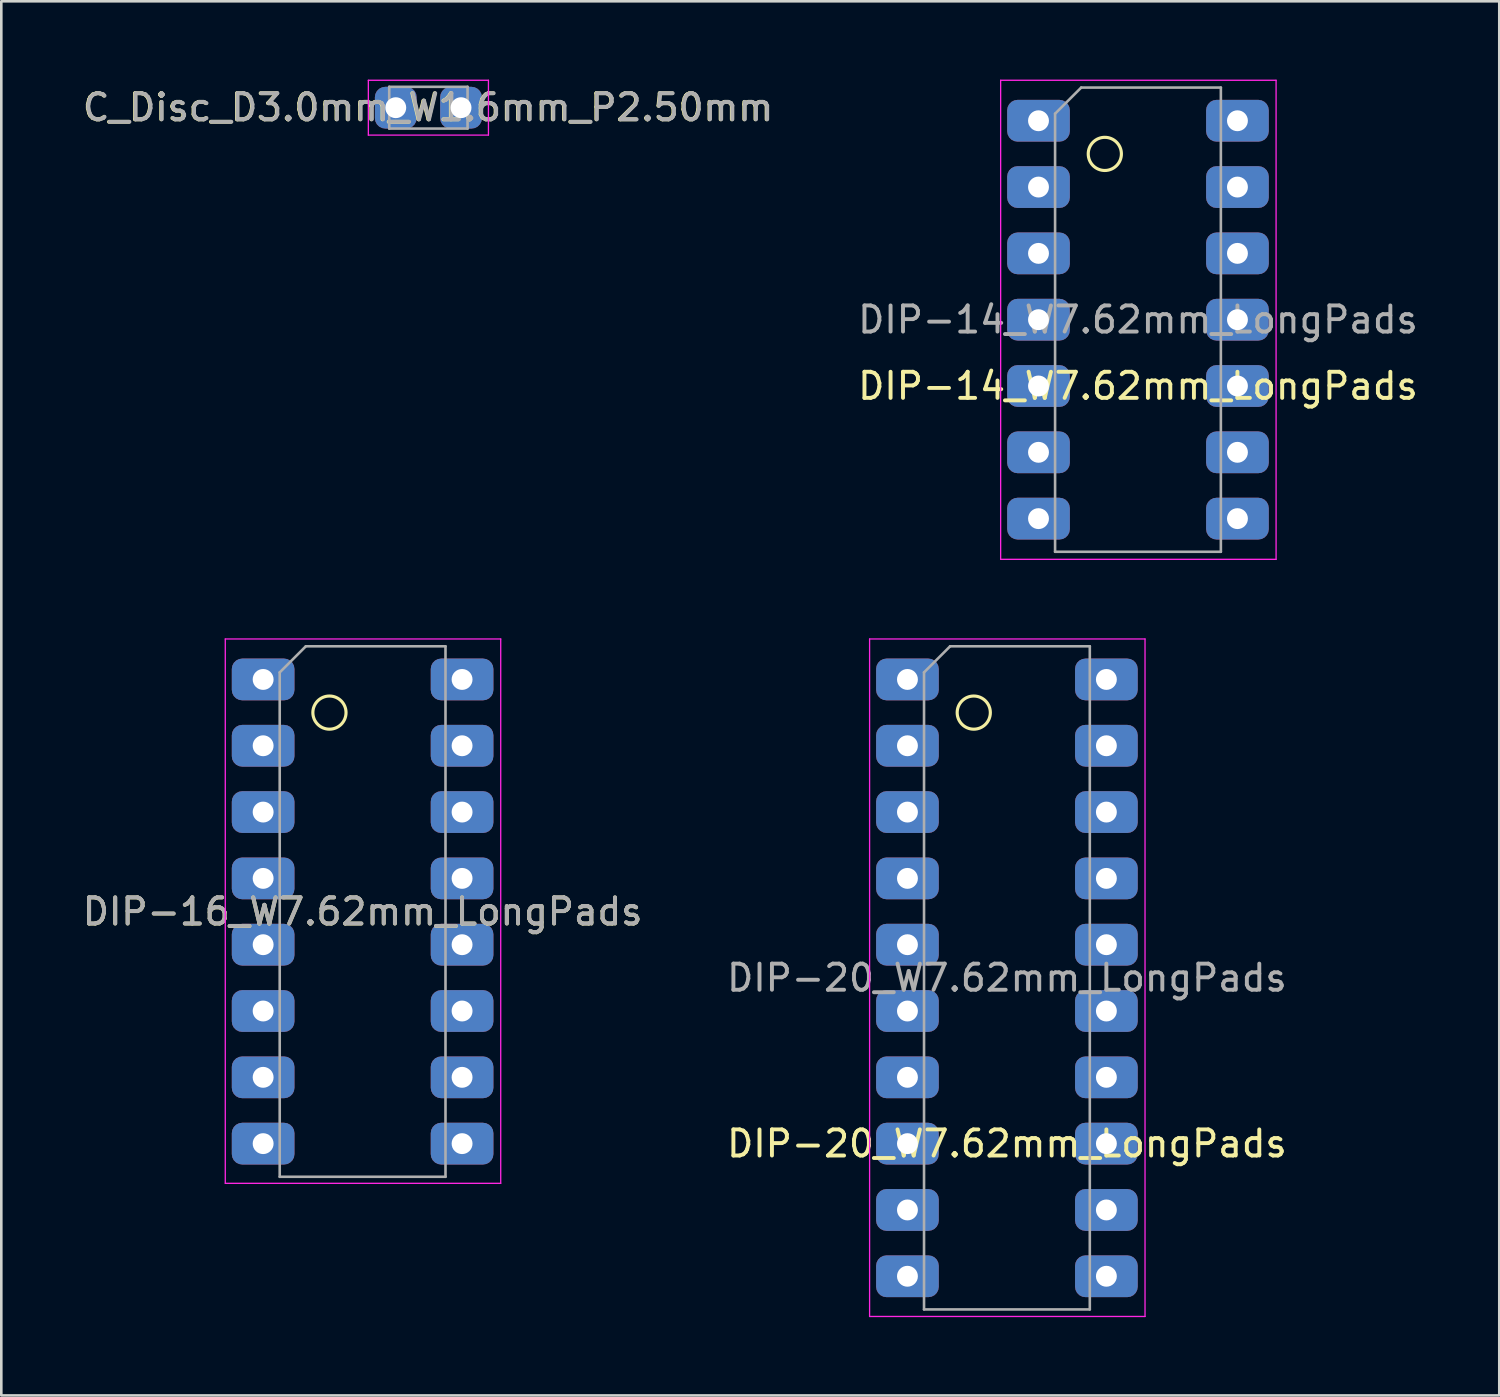
<source format=kicad_pcb>
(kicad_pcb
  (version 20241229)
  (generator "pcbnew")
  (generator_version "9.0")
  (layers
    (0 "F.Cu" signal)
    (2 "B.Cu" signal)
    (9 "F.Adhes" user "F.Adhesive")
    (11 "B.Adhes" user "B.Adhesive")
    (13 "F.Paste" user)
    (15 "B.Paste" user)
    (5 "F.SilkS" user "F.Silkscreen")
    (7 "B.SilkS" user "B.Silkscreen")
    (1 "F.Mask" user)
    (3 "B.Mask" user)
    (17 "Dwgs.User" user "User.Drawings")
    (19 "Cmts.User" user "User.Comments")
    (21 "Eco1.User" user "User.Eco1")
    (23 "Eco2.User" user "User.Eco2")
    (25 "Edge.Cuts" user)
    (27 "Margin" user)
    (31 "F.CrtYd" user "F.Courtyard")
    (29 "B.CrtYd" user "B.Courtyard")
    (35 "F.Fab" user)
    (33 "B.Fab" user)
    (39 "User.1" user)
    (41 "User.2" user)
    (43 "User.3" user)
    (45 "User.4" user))
  (footprint "DIP-20_W7.62mm_LongPads"
    (layer "F.Cu")
    (at 31.708 22.975)
    (property "Reference" "DIP-20_W7.62mm_LongPads" (at 3.81 17.78 0) (layer "F.SilkS") (effects (font (size 1 1) (thickness 0.15))))
    (attr through_hole)
    (fp_circle (center 2.54 1.27) (end 3.175 1.27) (stroke (width 0.12) (type solid)) (fill no) (layer "F.SilkS"))
    (fp_line (start -1.45 -1.55) (end -1.45 24.4) (stroke (width 0.05) (type solid)) (layer "F.CrtYd"))
    (fp_line (start -1.45 24.4) (end 9.1 24.4) (stroke (width 0.05) (type solid)) (layer "F.CrtYd"))
    (fp_line (start 9.1 -1.55) (end -1.45 -1.55) (stroke (width 0.05) (type solid)) (layer "F.CrtYd"))
    (fp_line (start 9.1 24.4) (end 9.1 -1.55) (stroke (width 0.05) (type solid)) (layer "F.CrtYd"))
    (fp_line (start 0.635 -0.27) (end 1.635 -1.27) (stroke (width 0.1) (type solid)) (layer "F.Fab"))
    (fp_line (start 0.635 24.13) (end 0.635 -0.27) (stroke (width 0.1) (type solid)) (layer "F.Fab"))
    (fp_line (start 1.635 -1.27) (end 6.985 -1.27) (stroke (width 0.1) (type solid)) (layer "F.Fab"))
    (fp_line (start 6.985 -1.27) (end 6.985 24.13) (stroke (width 0.1) (type solid)) (layer "F.Fab"))
    (fp_line (start 6.985 24.13) (end 0.635 24.13) (stroke (width 0.1) (type solid)) (layer "F.Fab"))
    (fp_text user "${REFERENCE}" (at 3.81 11.43 0) (layer "F.Fab") (effects (font (size 1 1) (thickness 0.15))))
    (pad "1" thru_hole roundrect (at 0 0) (size 2.4 1.6) (drill 0.8) (layers "*.Cu" "*.Mask") (roundrect_rratio 0.25))
    (pad "2" thru_hole roundrect (at 0 2.54) (size 2.4 1.6) (drill 0.8) (layers "*.Cu" "*.Mask") (roundrect_rratio 0.25))
    (pad "3" thru_hole roundrect (at 0 5.08) (size 2.4 1.6) (drill 0.8) (layers "*.Cu" "*.Mask") (roundrect_rratio 0.25))
    (pad "4" thru_hole roundrect (at 0 7.62) (size 2.4 1.6) (drill 0.8) (layers "*.Cu" "*.Mask") (roundrect_rratio 0.25))
    (pad "5" thru_hole roundrect (at 0 10.16) (size 2.4 1.6) (drill 0.8) (layers "*.Cu" "*.Mask") (roundrect_rratio 0.25))
    (pad "6" thru_hole roundrect (at 0 12.7) (size 2.4 1.6) (drill 0.8) (layers "*.Cu" "*.Mask") (roundrect_rratio 0.25))
    (pad "7" thru_hole roundrect (at 0 15.24) (size 2.4 1.6) (drill 0.8) (layers "*.Cu" "*.Mask") (roundrect_rratio 0.25))
    (pad "8" thru_hole roundrect (at 0 17.78) (size 2.4 1.6) (drill 0.8) (layers "*.Cu" "*.Mask") (roundrect_rratio 0.25))
    (pad "9" thru_hole roundrect (at 0 20.32) (size 2.4 1.6) (drill 0.8) (layers "*.Cu" "*.Mask") (roundrect_rratio 0.25))
    (pad "10" thru_hole roundrect (at 0 22.86) (size 2.4 1.6) (drill 0.8) (layers "*.Cu" "*.Mask") (roundrect_rratio 0.25))
    (pad "11" thru_hole roundrect (at 7.62 22.86) (size 2.4 1.6) (drill 0.8) (layers "*.Cu" "*.Mask") (roundrect_rratio 0.25))
    (pad "12" thru_hole roundrect (at 7.62 20.32) (size 2.4 1.6) (drill 0.8) (layers "*.Cu" "*.Mask") (roundrect_rratio 0.25))
    (pad "13" thru_hole roundrect (at 7.62 17.78) (size 2.4 1.6) (drill 0.8) (layers "*.Cu" "*.Mask") (roundrect_rratio 0.25))
    (pad "14" thru_hole roundrect (at 7.62 15.24) (size 2.4 1.6) (drill 0.8) (layers "*.Cu" "*.Mask") (roundrect_rratio 0.25))
    (pad "15" thru_hole roundrect (at 7.62 12.7) (size 2.4 1.6) (drill 0.8) (layers "*.Cu" "*.Mask") (roundrect_rratio 0.25))
    (pad "16" thru_hole roundrect (at 7.62 10.16) (size 2.4 1.6) (drill 0.8) (layers "*.Cu" "*.Mask") (roundrect_rratio 0.25))
    (pad "17" thru_hole roundrect (at 7.62 7.62) (size 2.4 1.6) (drill 0.8) (layers "*.Cu" "*.Mask") (roundrect_rratio 0.25))
    (pad "18" thru_hole roundrect (at 7.62 5.08) (size 2.4 1.6) (drill 0.8) (layers "*.Cu" "*.Mask") (roundrect_rratio 0.25))
    (pad "19" thru_hole roundrect (at 7.62 2.54) (size 2.4 1.6) (drill 0.8) (layers "*.Cu" "*.Mask") (roundrect_rratio 0.25))
    (pad "20" thru_hole roundrect (at 7.62 0) (size 2.4 1.6) (drill 0.8) (layers "*.Cu" "*.Mask") (roundrect_rratio 0.25)))
  (footprint "DIP-14_W7.62mm_LongPads"
    (layer "F.Cu")
    (at 36.728 1.575)
    (property "Reference" "DIP-14_W7.62mm_LongPads" (at 3.81 10.16 0) (layer "F.SilkS") (effects (font (size 1 1) (thickness 0.15))))
    (attr through_hole)
    (fp_circle (center 2.54 1.27) (end 3.175 1.27) (stroke (width 0.12) (type solid)) (fill no) (layer "F.SilkS"))
    (fp_line (start -1.45 -1.55) (end -1.45 16.8) (stroke (width 0.05) (type solid)) (layer "F.CrtYd"))
    (fp_line (start -1.45 16.8) (end 9.1 16.8) (stroke (width 0.05) (type solid)) (layer "F.CrtYd"))
    (fp_line (start 9.1 -1.55) (end -1.45 -1.55) (stroke (width 0.05) (type solid)) (layer "F.CrtYd"))
    (fp_line (start 9.1 16.8) (end 9.1 -1.55) (stroke (width 0.05) (type solid)) (layer "F.CrtYd"))
    (fp_line (start 0.635 -0.27) (end 1.635 -1.27) (stroke (width 0.1) (type solid)) (layer "F.Fab"))
    (fp_line (start 0.635 16.51) (end 0.635 -0.27) (stroke (width 0.1) (type solid)) (layer "F.Fab"))
    (fp_line (start 1.635 -1.27) (end 6.985 -1.27) (stroke (width 0.1) (type solid)) (layer "F.Fab"))
    (fp_line (start 6.985 -1.27) (end 6.985 16.51) (stroke (width 0.1) (type solid)) (layer "F.Fab"))
    (fp_line (start 6.985 16.51) (end 0.635 16.51) (stroke (width 0.1) (type solid)) (layer "F.Fab"))
    (fp_text user "${REFERENCE}" (at 3.81 7.62 0) (layer "F.Fab") (effects (font (size 1 1) (thickness 0.15))))
    (pad "1" thru_hole roundrect (at 0 0) (size 2.4 1.6) (drill 0.8) (layers "*.Cu" "*.Mask") (roundrect_rratio 0.25))
    (pad "2" thru_hole roundrect (at 0 2.54) (size 2.4 1.6) (drill 0.8) (layers "*.Cu" "*.Mask") (roundrect_rratio 0.25))
    (pad "3" thru_hole roundrect (at 0 5.08) (size 2.4 1.6) (drill 0.8) (layers "*.Cu" "*.Mask") (roundrect_rratio 0.25))
    (pad "4" thru_hole roundrect (at 0 7.62) (size 2.4 1.6) (drill 0.8) (layers "*.Cu" "*.Mask") (roundrect_rratio 0.25))
    (pad "5" thru_hole roundrect (at 0 10.16) (size 2.4 1.6) (drill 0.8) (layers "*.Cu" "*.Mask") (roundrect_rratio 0.25))
    (pad "6" thru_hole roundrect (at 0 12.7) (size 2.4 1.6) (drill 0.8) (layers "*.Cu" "*.Mask") (roundrect_rratio 0.25))
    (pad "7" thru_hole roundrect (at 0 15.24) (size 2.4 1.6) (drill 0.8) (layers "*.Cu" "*.Mask") (roundrect_rratio 0.25))
    (pad "8" thru_hole roundrect (at 7.62 15.24) (size 2.4 1.6) (drill 0.8) (layers "*.Cu" "*.Mask") (roundrect_rratio 0.25))
    (pad "9" thru_hole roundrect (at 7.62 12.7) (size 2.4 1.6) (drill 0.8) (layers "*.Cu" "*.Mask") (roundrect_rratio 0.25))
    (pad "10" thru_hole roundrect (at 7.62 10.16) (size 2.4 1.6) (drill 0.8) (layers "*.Cu" "*.Mask") (roundrect_rratio 0.25))
    (pad "11" thru_hole roundrect (at 7.62 7.62) (size 2.4 1.6) (drill 0.8) (layers "*.Cu" "*.Mask") (roundrect_rratio 0.25))
    (pad "12" thru_hole roundrect (at 7.62 5.08) (size 2.4 1.6) (drill 0.8) (layers "*.Cu" "*.Mask") (roundrect_rratio 0.25))
    (pad "13" thru_hole roundrect (at 7.62 2.54) (size 2.4 1.6) (drill 0.8) (layers "*.Cu" "*.Mask") (roundrect_rratio 0.25))
    (pad "14" thru_hole roundrect (at 7.62 0) (size 2.4 1.6) (drill 0.8) (layers "*.Cu" "*.Mask") (roundrect_rratio 0.25)))
  (footprint "C_Disc_D3.0mm_W1.6mm_P2.50mm"
    (layer "F.Cu")
    (at 12.109 1.075)
    (property "Reference" "C_Disc_D3.0mm_W1.6mm_P2.50mm" (at 1.23 -0.01 0) (layer "F.SilkS") (effects (font (size 1 1) (thickness 0.15))))
    (attr through_hole)
    (fp_line (start -1.05 -1.05) (end -1.05 1.05) (stroke (width 0.05) (type solid)) (layer "F.CrtYd"))
    (fp_line (start -1.05 1.05) (end 3.55 1.05) (stroke (width 0.05) (type solid)) (layer "F.CrtYd"))
    (fp_line (start 3.55 -1.05) (end -1.05 -1.05) (stroke (width 0.05) (type solid)) (layer "F.CrtYd"))
    (fp_line (start 3.55 1.05) (end 3.55 -1.05) (stroke (width 0.05) (type solid)) (layer "F.CrtYd"))
    (fp_line (start -0.25 -0.8) (end -0.25 0.8) (stroke (width 0.1) (type solid)) (layer "F.Fab"))
    (fp_line (start -0.25 0.8) (end 2.75 0.8) (stroke (width 0.1) (type solid)) (layer "F.Fab"))
    (fp_line (start 2.75 -0.8) (end -0.25 -0.8) (stroke (width 0.1) (type solid)) (layer "F.Fab"))
    (fp_line (start 2.75 0.8) (end 2.75 -0.8) (stroke (width 0.1) (type solid)) (layer "F.Fab"))
    (fp_text user "${REFERENCE}" (at 1.25 -0.01 0) (layer "F.Fab") (effects (font (size 1 1) (thickness 0.15))))
    (pad "1" thru_hole roundrect (at 0 0) (size 1.6 1.6) (drill 0.8) (layers "*.Cu" "*.Mask") (roundrect_rratio 0.25))
    (pad "2" thru_hole roundrect (at 2.5 0) (size 1.6 1.6) (drill 0.8) (layers "*.Cu" "*.Mask") (roundrect_rratio 0.25)))
  (footprint "DIP-16_W7.62mm_LongPads"
    (layer "F.Cu")
    (at 7.029 22.975)
    (property "Reference" "DIP-16_W7.62mm_LongPads" (at 3.81 8.895 0) (layer "F.SilkS") (effects (font (size 1 1) (thickness 0.15))))
    (attr through_hole)
    (fp_circle (center 2.54 1.27) (end 3.175 1.27) (stroke (width 0.12) (type solid)) (fill no) (layer "F.SilkS"))
    (fp_line (start -1.45 -1.55) (end -1.45 19.3) (stroke (width 0.05) (type solid)) (layer "F.CrtYd"))
    (fp_line (start -1.45 19.3) (end 9.1 19.3) (stroke (width 0.05) (type solid)) (layer "F.CrtYd"))
    (fp_line (start 9.1 -1.55) (end -1.45 -1.55) (stroke (width 0.05) (type solid)) (layer "F.CrtYd"))
    (fp_line (start 9.1 19.3) (end 9.1 -1.55) (stroke (width 0.05) (type solid)) (layer "F.CrtYd"))
    (fp_line (start 0.635 -0.27) (end 1.635 -1.27) (stroke (width 0.1) (type solid)) (layer "F.Fab"))
    (fp_line (start 0.635 19.05) (end 0.635 -0.27) (stroke (width 0.1) (type solid)) (layer "F.Fab"))
    (fp_line (start 1.635 -1.27) (end 6.985 -1.27) (stroke (width 0.1) (type solid)) (layer "F.Fab"))
    (fp_line (start 6.985 -1.27) (end 6.985 19.05) (stroke (width 0.1) (type solid)) (layer "F.Fab"))
    (fp_line (start 6.985 19.05) (end 0.635 19.05) (stroke (width 0.1) (type solid)) (layer "F.Fab"))
    (fp_text user "${REFERENCE}" (at 3.81 8.89 0) (layer "F.Fab") (effects (font (size 1 1) (thickness 0.15))))
    (pad "1" thru_hole roundrect (at 0 0) (size 2.4 1.6) (drill 0.8) (layers "*.Cu" "*.Mask") (roundrect_rratio 0.25))
    (pad "2" thru_hole roundrect (at 0 2.54) (size 2.4 1.6) (drill 0.8) (layers "*.Cu" "*.Mask") (roundrect_rratio 0.25))
    (pad "3" thru_hole roundrect (at 0 5.08) (size 2.4 1.6) (drill 0.8) (layers "*.Cu" "*.Mask") (roundrect_rratio 0.25))
    (pad "4" thru_hole roundrect (at 0 7.62) (size 2.4 1.6) (drill 0.8) (layers "*.Cu" "*.Mask") (roundrect_rratio 0.25))
    (pad "5" thru_hole roundrect (at 0 10.16) (size 2.4 1.6) (drill 0.8) (layers "*.Cu" "*.Mask") (roundrect_rratio 0.25))
    (pad "6" thru_hole roundrect (at 0 12.7) (size 2.4 1.6) (drill 0.8) (layers "*.Cu" "*.Mask") (roundrect_rratio 0.25))
    (pad "7" thru_hole roundrect (at 0 15.24) (size 2.4 1.6) (drill 0.8) (layers "*.Cu" "*.Mask") (roundrect_rratio 0.25))
    (pad "8" thru_hole roundrect (at 0 17.78) (size 2.4 1.6) (drill 0.8) (layers "*.Cu" "*.Mask") (roundrect_rratio 0.25))
    (pad "9" thru_hole roundrect (at 7.62 17.78) (size 2.4 1.6) (drill 0.8) (layers "*.Cu" "*.Mask") (roundrect_rratio 0.25))
    (pad "10" thru_hole roundrect (at 7.62 15.24) (size 2.4 1.6) (drill 0.8) (layers "*.Cu" "*.Mask") (roundrect_rratio 0.25))
    (pad "11" thru_hole roundrect (at 7.62 12.7) (size 2.4 1.6) (drill 0.8) (layers "*.Cu" "*.Mask") (roundrect_rratio 0.25))
    (pad "12" thru_hole roundrect (at 7.62 10.16) (size 2.4 1.6) (drill 0.8) (layers "*.Cu" "*.Mask") (roundrect_rratio 0.25))
    (pad "13" thru_hole roundrect (at 7.62 7.62) (size 2.4 1.6) (drill 0.8) (layers "*.Cu" "*.Mask") (roundrect_rratio 0.25))
    (pad "14" thru_hole roundrect (at 7.62 5.08) (size 2.4 1.6) (drill 0.8) (layers "*.Cu" "*.Mask") (roundrect_rratio 0.25))
    (pad "15" thru_hole roundrect (at 7.62 2.54) (size 2.4 1.6) (drill 0.8) (layers "*.Cu" "*.Mask") (roundrect_rratio 0.25))
    (pad "16" thru_hole roundrect (at 7.62 0) (size 2.4 1.6) (drill 0.8) (layers "*.Cu" "*.Mask") (roundrect_rratio 0.25)))
  (gr_rect
    (start -3 -3)
    (end 54.377 50.4)
    (stroke (width 0.1) (type default))
    (fill no)
    (layer "Edge.Cuts")))
</source>
